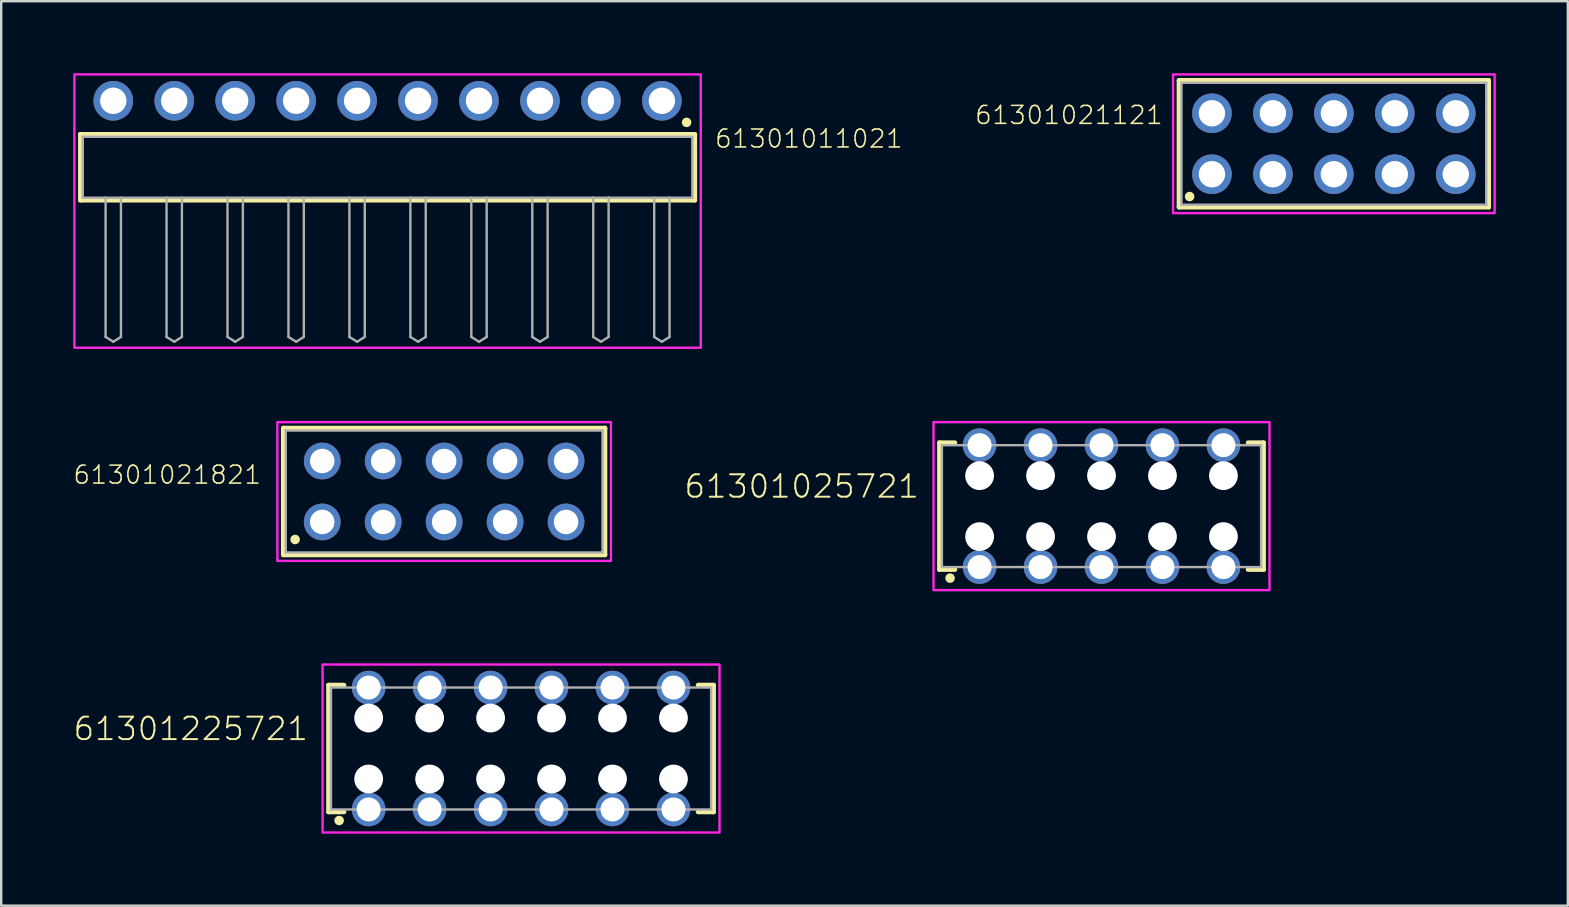
<source format=kicad_pcb>
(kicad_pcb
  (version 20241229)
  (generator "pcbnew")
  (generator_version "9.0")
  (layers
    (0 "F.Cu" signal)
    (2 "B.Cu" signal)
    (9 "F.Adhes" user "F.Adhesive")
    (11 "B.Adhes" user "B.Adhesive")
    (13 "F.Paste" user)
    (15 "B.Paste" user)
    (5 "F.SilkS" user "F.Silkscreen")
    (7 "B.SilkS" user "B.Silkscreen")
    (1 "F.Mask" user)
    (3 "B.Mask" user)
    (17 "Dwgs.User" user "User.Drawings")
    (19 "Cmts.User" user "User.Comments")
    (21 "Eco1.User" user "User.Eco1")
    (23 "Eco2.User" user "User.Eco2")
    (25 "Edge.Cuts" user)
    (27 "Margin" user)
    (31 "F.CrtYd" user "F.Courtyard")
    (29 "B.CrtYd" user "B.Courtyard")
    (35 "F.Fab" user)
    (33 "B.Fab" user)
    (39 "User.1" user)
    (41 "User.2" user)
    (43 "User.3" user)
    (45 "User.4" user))
  (footprint "61301021121"
    (layer "F.Cu")
    (at 52.531 2.94)
    (property "Reference" "61301021121" (at -7.078 -0.756 0) (unlocked yes) (layer "F.SilkS") (effects (font (size 0.748 0.748) (thickness 0.065)) (justify right bottom)))
    (fp_line (start -6.45 -2.64) (end 6.45 -2.64) (stroke (width 0.2) (type solid)) (layer "F.SilkS"))
    (fp_line (start -6.45 2.64) (end -6.45 -2.64) (stroke (width 0.2) (type solid)) (layer "F.SilkS"))
    (fp_line (start 6.45 -2.64) (end 6.45 2.64) (stroke (width 0.2) (type solid)) (layer "F.SilkS"))
    (fp_line (start 6.45 2.64) (end -6.45 2.64) (stroke (width 0.2) (type solid)) (layer "F.SilkS"))
    (fp_circle (center -6.01 2.2) (end -5.91 2.2) (stroke (width 0.2) (type solid)) (fill no) (layer "F.SilkS"))
    (fp_poly (pts (xy 6.7 2.89) (xy -6.7 2.89) (xy -6.7 -2.89) (xy 6.7 -2.89)) (stroke (width 0.1) (type default)) (fill no) (layer "F.CrtYd"))
    (fp_line (start -6.35 -2.54) (end 6.35 -2.54) (stroke (width 0.1) (type solid)) (layer "F.Fab"))
    (fp_line (start -6.35 2.54) (end -6.35 -2.54) (stroke (width 0.1) (type solid)) (layer "F.Fab"))
    (fp_line (start 6.35 -2.54) (end 6.35 2.54) (stroke (width 0.1) (type solid)) (layer "F.Fab"))
    (fp_line (start 6.35 2.54) (end -6.35 2.54) (stroke (width 0.1) (type solid)) (layer "F.Fab"))
    (pad "1" thru_hole circle (at -5.08 1.27 90) (size 1.65 1.65) (drill 1.1) (layers "*.Cu" "*.Mask"))
    (pad "2" thru_hole circle (at -5.08 -1.27 270) (size 1.65 1.65) (drill 1.1) (layers "*.Cu" "*.Mask"))
    (pad "3" thru_hole circle (at -2.54 1.27 90) (size 1.65 1.65) (drill 1.1) (layers "*.Cu" "*.Mask"))
    (pad "4" thru_hole circle (at -2.54 -1.27 270) (size 1.65 1.65) (drill 1.1) (layers "*.Cu" "*.Mask"))
    (pad "5" thru_hole circle (at 0 1.27 90) (size 1.65 1.65) (drill 1.1) (layers "*.Cu" "*.Mask"))
    (pad "6" thru_hole circle (at 0 -1.27 270) (size 1.65 1.65) (drill 1.1) (layers "*.Cu" "*.Mask"))
    (pad "7" thru_hole circle (at 2.54 1.27 90) (size 1.65 1.65) (drill 1.1) (layers "*.Cu" "*.Mask"))
    (pad "8" thru_hole circle (at 2.54 -1.27 270) (size 1.65 1.65) (drill 1.1) (layers "*.Cu" "*.Mask"))
    (pad "9" thru_hole circle (at 5.08 1.27 90) (size 1.65 1.65) (drill 1.1) (layers "*.Cu" "*.Mask"))
    (pad "10" thru_hole circle (at 5.08 -1.27 270) (size 1.65 1.65) (drill 1.1) (layers "*.Cu" "*.Mask")))
  (footprint "61301225721"
    (layer "F.Cu")
    (at 18.662 28.14)
    (property "Reference" "61301225721" (at -8.813 -0.274 0) (unlocked yes) (layer "F.SilkS") (effects (font (size 0.935 0.935) (thickness 0.081)) (justify right bottom)))
    (fp_line (start -8.02 -2.64) (end -8.02 2.64) (stroke (width 0.2) (type solid)) (layer "F.SilkS"))
    (fp_line (start -8.02 2.64) (end -7.38 2.64) (stroke (width 0.2) (type solid)) (layer "F.SilkS"))
    (fp_line (start -7.38 -2.64) (end -8.02 -2.64) (stroke (width 0.2) (type solid)) (layer "F.SilkS"))
    (fp_line (start 7.38 2.64) (end 8.02 2.64) (stroke (width 0.2) (type solid)) (layer "F.SilkS"))
    (fp_line (start 8.02 -2.64) (end 7.38 -2.64) (stroke (width 0.2) (type solid)) (layer "F.SilkS"))
    (fp_line (start 8.02 2.64) (end 8.02 -2.64) (stroke (width 0.2) (type solid)) (layer "F.SilkS"))
    (fp_circle (center -7.58 3) (end -7.48 3) (stroke (width 0.2) (type solid)) (fill no) (layer "F.SilkS"))
    (fp_poly (pts (xy 8.27 3.5) (xy -8.27 3.5) (xy -8.27 -3.5) (xy 8.27 -3.5)) (stroke (width 0.1) (type default)) (fill no) (layer "F.CrtYd"))
    (fp_line (start -7.92 -2.54) (end 7.92 -2.54) (stroke (width 0.1) (type solid)) (layer "F.Fab"))
    (fp_line (start -7.92 2.54) (end -7.92 -2.54) (stroke (width 0.1) (type solid)) (layer "F.Fab"))
    (fp_line (start 7.92 -2.54) (end 7.92 2.54) (stroke (width 0.1) (type solid)) (layer "F.Fab"))
    (fp_line (start 7.92 2.54) (end -7.92 2.54) (stroke (width 0.1) (type solid)) (layer "F.Fab"))
    (pad "" np_thru_hole circle (at -6.35 -1.27) (size 1.2 1.2) (drill 1.2) (layers "*.Cu" "*.Mask"))
    (pad "" np_thru_hole circle (at -6.35 1.27) (size 1.2 1.2) (drill 1.2) (layers "*.Cu" "*.Mask"))
    (pad "" np_thru_hole circle (at -3.81 -1.27) (size 1.2 1.2) (drill 1.2) (layers "*.Cu" "*.Mask"))
    (pad "" np_thru_hole circle (at -3.81 1.27) (size 1.2 1.2) (drill 1.2) (layers "*.Cu" "*.Mask"))
    (pad "" np_thru_hole circle (at -1.27 -1.27) (size 1.2 1.2) (drill 1.2) (layers "*.Cu" "*.Mask"))
    (pad "" np_thru_hole circle (at -1.27 1.27) (size 1.2 1.2) (drill 1.2) (layers "*.Cu" "*.Mask"))
    (pad "" np_thru_hole circle (at 1.27 -1.27) (size 1.2 1.2) (drill 1.2) (layers "*.Cu" "*.Mask"))
    (pad "" np_thru_hole circle (at 1.27 1.27) (size 1.2 1.2) (drill 1.2) (layers "*.Cu" "*.Mask"))
    (pad "" np_thru_hole circle (at 3.81 -1.27) (size 1.2 1.2) (drill 1.2) (layers "*.Cu" "*.Mask"))
    (pad "" np_thru_hole circle (at 3.81 1.27) (size 1.2 1.2) (drill 1.2) (layers "*.Cu" "*.Mask"))
    (pad "" np_thru_hole circle (at 6.35 -1.27) (size 1.2 1.2) (drill 1.2) (layers "*.Cu" "*.Mask"))
    (pad "" np_thru_hole circle (at 6.35 1.27) (size 1.2 1.2) (drill 1.2) (layers "*.Cu" "*.Mask"))
    (pad "1" thru_hole circle (at -6.35 2.54) (size 1.4 1.4) (drill 1) (layers "*.Cu" "*.Mask"))
    (pad "2" thru_hole circle (at -6.35 -2.54) (size 1.4 1.4) (drill 1) (layers "*.Cu" "*.Mask"))
    (pad "3" thru_hole circle (at -3.81 2.54) (size 1.4 1.4) (drill 1) (layers "*.Cu" "*.Mask"))
    (pad "4" thru_hole circle (at -3.81 -2.54) (size 1.4 1.4) (drill 1) (layers "*.Cu" "*.Mask"))
    (pad "5" thru_hole circle (at -1.27 2.54) (size 1.4 1.4) (drill 1) (layers "*.Cu" "*.Mask"))
    (pad "6" thru_hole circle (at -1.27 -2.54) (size 1.4 1.4) (drill 1) (layers "*.Cu" "*.Mask"))
    (pad "7" thru_hole circle (at 1.27 2.54) (size 1.4 1.4) (drill 1) (layers "*.Cu" "*.Mask"))
    (pad "8" thru_hole circle (at 1.27 -2.54) (size 1.4 1.4) (drill 1) (layers "*.Cu" "*.Mask"))
    (pad "9" thru_hole circle (at 3.81 2.54) (size 1.4 1.4) (drill 1) (layers "*.Cu" "*.Mask"))
    (pad "10" thru_hole circle (at 3.81 -2.54) (size 1.4 1.4) (drill 1) (layers "*.Cu" "*.Mask"))
    (pad "11" thru_hole circle (at 6.35 2.54) (size 1.4 1.4) (drill 1) (layers "*.Cu" "*.Mask"))
    (pad "12" thru_hole circle (at 6.35 -2.54) (size 1.4 1.4) (drill 1) (layers "*.Cu" "*.Mask")))
  (footprint "61301025721"
    (layer "F.Cu")
    (at 42.849 18.04)
    (property "Reference" "61301025721" (at -7.543 -0.274 0) (unlocked yes) (layer "F.SilkS") (effects (font (size 0.935 0.935) (thickness 0.081)) (justify right bottom)))
    (fp_line (start -6.75 -2.64) (end -6.75 2.64) (stroke (width 0.2) (type solid)) (layer "F.SilkS"))
    (fp_line (start -6.75 2.64) (end -6.11 2.64) (stroke (width 0.2) (type solid)) (layer "F.SilkS"))
    (fp_line (start -6.11 -2.64) (end -6.75 -2.64) (stroke (width 0.2) (type solid)) (layer "F.SilkS"))
    (fp_line (start 6.11 2.64) (end 6.75 2.64) (stroke (width 0.2) (type solid)) (layer "F.SilkS"))
    (fp_line (start 6.75 -2.64) (end 6.11 -2.64) (stroke (width 0.2) (type solid)) (layer "F.SilkS"))
    (fp_line (start 6.75 2.64) (end 6.75 -2.64) (stroke (width 0.2) (type solid)) (layer "F.SilkS"))
    (fp_circle (center -6.31 3) (end -6.21 3) (stroke (width 0.2) (type solid)) (fill no) (layer "F.SilkS"))
    (fp_poly (pts (xy 7 3.5) (xy -7 3.5) (xy -7 -3.5) (xy 7 -3.5)) (stroke (width 0.1) (type default)) (fill no) (layer "F.CrtYd"))
    (fp_line (start -6.65 -2.54) (end 6.65 -2.54) (stroke (width 0.1) (type solid)) (layer "F.Fab"))
    (fp_line (start -6.65 2.54) (end -6.65 -2.54) (stroke (width 0.1) (type solid)) (layer "F.Fab"))
    (fp_line (start 6.65 -2.54) (end 6.65 2.54) (stroke (width 0.1) (type solid)) (layer "F.Fab"))
    (fp_line (start 6.65 2.54) (end -6.65 2.54) (stroke (width 0.1) (type solid)) (layer "F.Fab"))
    (pad "" np_thru_hole circle (at -5.08 -1.27) (size 1.2 1.2) (drill 1.2) (layers "*.Cu" "*.Mask"))
    (pad "" np_thru_hole circle (at -5.08 1.27) (size 1.2 1.2) (drill 1.2) (layers "*.Cu" "*.Mask"))
    (pad "" np_thru_hole circle (at -2.54 -1.27) (size 1.2 1.2) (drill 1.2) (layers "*.Cu" "*.Mask"))
    (pad "" np_thru_hole circle (at -2.54 1.27) (size 1.2 1.2) (drill 1.2) (layers "*.Cu" "*.Mask"))
    (pad "" np_thru_hole circle (at 0 -1.27) (size 1.2 1.2) (drill 1.2) (layers "*.Cu" "*.Mask"))
    (pad "" np_thru_hole circle (at 0 1.27) (size 1.2 1.2) (drill 1.2) (layers "*.Cu" "*.Mask"))
    (pad "" np_thru_hole circle (at 2.54 -1.27) (size 1.2 1.2) (drill 1.2) (layers "*.Cu" "*.Mask"))
    (pad "" np_thru_hole circle (at 2.54 1.27) (size 1.2 1.2) (drill 1.2) (layers "*.Cu" "*.Mask"))
    (pad "" np_thru_hole circle (at 5.08 -1.27) (size 1.2 1.2) (drill 1.2) (layers "*.Cu" "*.Mask"))
    (pad "" np_thru_hole circle (at 5.08 1.27) (size 1.2 1.2) (drill 1.2) (layers "*.Cu" "*.Mask"))
    (pad "1" thru_hole circle (at -5.08 2.54) (size 1.4 1.4) (drill 1) (layers "*.Cu" "*.Mask"))
    (pad "2" thru_hole circle (at -5.08 -2.54) (size 1.4 1.4) (drill 1) (layers "*.Cu" "*.Mask"))
    (pad "3" thru_hole circle (at -2.54 2.54) (size 1.4 1.4) (drill 1) (layers "*.Cu" "*.Mask"))
    (pad "4" thru_hole circle (at -2.54 -2.54) (size 1.4 1.4) (drill 1) (layers "*.Cu" "*.Mask"))
    (pad "5" thru_hole circle (at 0 2.54) (size 1.4 1.4) (drill 1) (layers "*.Cu" "*.Mask"))
    (pad "6" thru_hole circle (at 0 -2.54) (size 1.4 1.4) (drill 1) (layers "*.Cu" "*.Mask"))
    (pad "7" thru_hole circle (at 2.54 2.54) (size 1.4 1.4) (drill 1) (layers "*.Cu" "*.Mask"))
    (pad "8" thru_hole circle (at 2.54 -2.54) (size 1.4 1.4) (drill 1) (layers "*.Cu" "*.Mask"))
    (pad "9" thru_hole circle (at 5.08 2.54) (size 1.4 1.4) (drill 1) (layers "*.Cu" "*.Mask"))
    (pad "10" thru_hole circle (at 5.08 -2.54) (size 1.4 1.4) (drill 1) (layers "*.Cu" "*.Mask")))
  (footprint "61301021821"
    (layer "F.Cu")
    (at 15.457 17.43)
    (property "Reference" "61301021821" (at -7.578 -0.256 0) (unlocked yes) (layer "F.SilkS") (effects (font (size 0.748 0.748) (thickness 0.065)) (justify right bottom)))
    (fp_line (start -6.7 -2.64) (end 6.7 -2.64) (stroke (width 0.2) (type solid)) (layer "F.SilkS"))
    (fp_line (start -6.7 2.64) (end -6.7 -2.64) (stroke (width 0.2) (type solid)) (layer "F.SilkS"))
    (fp_line (start 6.7 -2.64) (end 6.7 2.64) (stroke (width 0.2) (type solid)) (layer "F.SilkS"))
    (fp_line (start 6.7 2.64) (end -6.7 2.64) (stroke (width 0.2) (type solid)) (layer "F.SilkS"))
    (fp_circle (center -6.21 2) (end -6.11 2) (stroke (width 0.2) (type solid)) (fill no) (layer "F.SilkS"))
    (fp_poly (pts (xy 6.95 2.89) (xy -6.95 2.89) (xy -6.95 -2.89) (xy 6.95 -2.89)) (stroke (width 0.1) (type default)) (fill no) (layer "F.CrtYd"))
    (fp_line (start -6.6 -2.54) (end -6.6 2.54) (stroke (width 0.1) (type solid)) (layer "F.Fab"))
    (fp_line (start -6.6 2.54) (end 6.6 2.54) (stroke (width 0.1) (type solid)) (layer "F.Fab"))
    (fp_line (start 6.6 -2.54) (end -6.6 -2.54) (stroke (width 0.1) (type solid)) (layer "F.Fab"))
    (fp_line (start 6.6 2.54) (end 6.6 -2.54) (stroke (width 0.1) (type solid)) (layer "F.Fab"))
    (pad "1" thru_hole circle (at -5.08 1.27) (size 1.53 1.53) (drill 1.02) (layers "*.Cu" "*.Mask"))
    (pad "2" thru_hole circle (at -5.08 -1.27) (size 1.53 1.53) (drill 1.02) (layers "*.Cu" "*.Mask"))
    (pad "3" thru_hole circle (at -2.54 1.27) (size 1.53 1.53) (drill 1.02) (layers "*.Cu" "*.Mask"))
    (pad "4" thru_hole circle (at -2.54 -1.27) (size 1.53 1.53) (drill 1.02) (layers "*.Cu" "*.Mask"))
    (pad "5" thru_hole circle (at 0 1.27) (size 1.53 1.53) (drill 1.02) (layers "*.Cu" "*.Mask"))
    (pad "6" thru_hole circle (at 0 -1.27) (size 1.53 1.53) (drill 1.02) (layers "*.Cu" "*.Mask"))
    (pad "7" thru_hole circle (at 2.54 1.27) (size 1.53 1.53) (drill 1.02) (layers "*.Cu" "*.Mask"))
    (pad "8" thru_hole circle (at 2.54 -1.27) (size 1.53 1.53) (drill 1.02) (layers "*.Cu" "*.Mask"))
    (pad "9" thru_hole circle (at 5.08 1.27) (size 1.53 1.53) (drill 1.02) (layers "*.Cu" "*.Mask"))
    (pad "10" thru_hole circle (at 5.08 -1.27) (size 1.53 1.53) (drill 1.02) (layers "*.Cu" "*.Mask")))
  (footprint "61301011021"
    (layer "F.Cu")
    (at 13.1 3.92)
    (property "Reference" "61301011021" (at 13.595 -0.752 0) (unlocked yes) (layer "F.SilkS") (effects (font (size 0.748 0.748) (thickness 0.065)) (justify left bottom)))
    (fp_line (start -12.8 -1.37) (end 12.8 -1.37) (stroke (width 0.2) (type solid)) (layer "F.SilkS"))
    (fp_line (start -12.8 1.37) (end -12.8 -1.37) (stroke (width 0.2) (type solid)) (layer "F.SilkS"))
    (fp_line (start 12.8 -1.37) (end 12.8 1.37) (stroke (width 0.2) (type solid)) (layer "F.SilkS"))
    (fp_line (start 12.8 1.37) (end -12.8 1.37) (stroke (width 0.2) (type solid)) (layer "F.SilkS"))
    (fp_circle (center 12.46 -1.87) (end 12.56 -1.87) (stroke (width 0.2) (type solid)) (fill no) (layer "F.SilkS"))
    (fp_poly (pts (xy 13.05 7.52) (xy -13.05 7.52) (xy -13.05 -3.87) (xy 13.05 -3.87)) (stroke (width 0.1) (type default)) (fill no) (layer "F.CrtYd"))
    (fp_line (start -12.7 -1.27) (end 12.7 -1.27) (stroke (width 0.1) (type solid)) (layer "F.Fab"))
    (fp_line (start -12.7 1.27) (end -12.7 -1.27) (stroke (width 0.1) (type solid)) (layer "F.Fab"))
    (fp_line (start -11.75 1.27) (end -11.75 7.07) (stroke (width 0.1) (type solid)) (layer "F.Fab"))
    (fp_line (start -11.75 7.07) (end -11.43 7.27) (stroke (width 0.1) (type solid)) (layer "F.Fab"))
    (fp_line (start -11.43 7.27) (end -11.11 7.07) (stroke (width 0.1) (type solid)) (layer "F.Fab"))
    (fp_line (start -11.11 1.27) (end -11.11 7.07) (stroke (width 0.1) (type solid)) (layer "F.Fab"))
    (fp_line (start -9.21 1.27) (end -9.21 7.07) (stroke (width 0.1) (type solid)) (layer "F.Fab"))
    (fp_line (start -9.21 7.07) (end -8.89 7.27) (stroke (width 0.1) (type solid)) (layer "F.Fab"))
    (fp_line (start -8.89 7.27) (end -8.57 7.07) (stroke (width 0.1) (type solid)) (layer "F.Fab"))
    (fp_line (start -8.57 1.27) (end -8.57 7.07) (stroke (width 0.1) (type solid)) (layer "F.Fab"))
    (fp_line (start -6.67 1.27) (end -6.67 7.07) (stroke (width 0.1) (type solid)) (layer "F.Fab"))
    (fp_line (start -6.67 7.07) (end -6.35 7.27) (stroke (width 0.1) (type solid)) (layer "F.Fab"))
    (fp_line (start -6.35 7.27) (end -6.03 7.07) (stroke (width 0.1) (type solid)) (layer "F.Fab"))
    (fp_line (start -6.03 1.27) (end -6.03 7.07) (stroke (width 0.1) (type solid)) (layer "F.Fab"))
    (fp_line (start -4.13 1.27) (end -4.13 7.07) (stroke (width 0.1) (type solid)) (layer "F.Fab"))
    (fp_line (start -4.13 7.07) (end -3.81 7.27) (stroke (width 0.1) (type solid)) (layer "F.Fab"))
    (fp_line (start -3.81 7.27) (end -3.49 7.07) (stroke (width 0.1) (type solid)) (layer "F.Fab"))
    (fp_line (start -3.49 1.27) (end -3.49 7.07) (stroke (width 0.1) (type solid)) (layer "F.Fab"))
    (fp_line (start -1.59 1.27) (end -1.59 7.07) (stroke (width 0.1) (type solid)) (layer "F.Fab"))
    (fp_line (start -1.59 7.07) (end -1.27 7.27) (stroke (width 0.1) (type solid)) (layer "F.Fab"))
    (fp_line (start -1.27 7.27) (end -0.95 7.07) (stroke (width 0.1) (type solid)) (layer "F.Fab"))
    (fp_line (start -0.95 1.27) (end -0.95 7.07) (stroke (width 0.1) (type solid)) (layer "F.Fab"))
    (fp_line (start 0.95 1.27) (end 0.95 7.07) (stroke (width 0.1) (type solid)) (layer "F.Fab"))
    (fp_line (start 0.95 7.07) (end 1.27 7.27) (stroke (width 0.1) (type solid)) (layer "F.Fab"))
    (fp_line (start 1.27 7.27) (end 1.59 7.07) (stroke (width 0.1) (type solid)) (layer "F.Fab"))
    (fp_line (start 1.59 1.27) (end 1.59 7.07) (stroke (width 0.1) (type solid)) (layer "F.Fab"))
    (fp_line (start 3.49 1.27) (end 3.49 7.07) (stroke (width 0.1) (type solid)) (layer "F.Fab"))
    (fp_line (start 3.49 7.07) (end 3.81 7.27) (stroke (width 0.1) (type solid)) (layer "F.Fab"))
    (fp_line (start 3.81 7.27) (end 4.13 7.07) (stroke (width 0.1) (type solid)) (layer "F.Fab"))
    (fp_line (start 4.13 1.27) (end 4.13 7.07) (stroke (width 0.1) (type solid)) (layer "F.Fab"))
    (fp_line (start 6.03 1.27) (end 6.03 7.07) (stroke (width 0.1) (type solid)) (layer "F.Fab"))
    (fp_line (start 6.03 7.07) (end 6.35 7.27) (stroke (width 0.1) (type solid)) (layer "F.Fab"))
    (fp_line (start 6.35 7.27) (end 6.67 7.07) (stroke (width 0.1) (type solid)) (layer "F.Fab"))
    (fp_line (start 6.67 1.27) (end 6.67 7.07) (stroke (width 0.1) (type solid)) (layer "F.Fab"))
    (fp_line (start 8.57 1.27) (end -12.7 1.27) (stroke (width 0.1) (type solid)) (layer "F.Fab"))
    (fp_line (start 8.57 1.27) (end 8.57 7.07) (stroke (width 0.1) (type solid)) (layer "F.Fab"))
    (fp_line (start 8.57 7.07) (end 8.89 7.27) (stroke (width 0.1) (type solid)) (layer "F.Fab"))
    (fp_line (start 8.89 7.27) (end 9.21 7.07) (stroke (width 0.1) (type solid)) (layer "F.Fab"))
    (fp_line (start 9.21 1.27) (end 8.57 1.27) (stroke (width 0.1) (type solid)) (layer "F.Fab"))
    (fp_line (start 9.21 1.27) (end 9.21 7.07) (stroke (width 0.1) (type solid)) (layer "F.Fab"))
    (fp_line (start 11.11 1.27) (end 11.11 7.07) (stroke (width 0.1) (type solid)) (layer "F.Fab"))
    (fp_line (start 11.11 7.07) (end 11.43 7.27) (stroke (width 0.1) (type solid)) (layer "F.Fab"))
    (fp_line (start 11.43 7.27) (end 11.75 7.07) (stroke (width 0.1) (type solid)) (layer "F.Fab"))
    (fp_line (start 11.75 1.27) (end 11.75 7.07) (stroke (width 0.1) (type solid)) (layer "F.Fab"))
    (fp_line (start 12.7 -1.27) (end 12.7 1.27) (stroke (width 0.1) (type solid)) (layer "F.Fab"))
    (fp_line (start 12.7 1.27) (end 9.21 1.27) (stroke (width 0.1) (type solid)) (layer "F.Fab"))
    (pad "1" thru_hole circle (at 11.43 -2.77 180) (size 1.65 1.65) (drill 1.1) (layers "*.Cu" "*.Mask"))
    (pad "2" thru_hole circle (at 8.89 -2.77 180) (size 1.65 1.65) (drill 1.1) (layers "*.Cu" "*.Mask"))
    (pad "3" thru_hole circle (at 6.35 -2.77 180) (size 1.65 1.65) (drill 1.1) (layers "*.Cu" "*.Mask"))
    (pad "4" thru_hole circle (at 3.81 -2.77 180) (size 1.65 1.65) (drill 1.1) (layers "*.Cu" "*.Mask"))
    (pad "5" thru_hole circle (at 1.27 -2.77 180) (size 1.65 1.65) (drill 1.1) (layers "*.Cu" "*.Mask"))
    (pad "6" thru_hole circle (at -1.27 -2.77 180) (size 1.65 1.65) (drill 1.1) (layers "*.Cu" "*.Mask"))
    (pad "7" thru_hole circle (at -3.81 -2.77 180) (size 1.65 1.65) (drill 1.1) (layers "*.Cu" "*.Mask"))
    (pad "8" thru_hole circle (at -6.35 -2.77 180) (size 1.65 1.65) (drill 1.1) (layers "*.Cu" "*.Mask"))
    (pad "9" thru_hole circle (at -8.89 -2.77 180) (size 1.65 1.65) (drill 1.1) (layers "*.Cu" "*.Mask"))
    (pad "10" thru_hole circle (at -11.43 -2.77 180) (size 1.65 1.65) (drill 1.1) (layers "*.Cu" "*.Mask")))
  (gr_rect
    (start -3 -3)
    (end 62.281 34.69)
    (stroke (width 0.1) (type default))
    (fill no)
    (layer "Edge.Cuts")))
</source>
